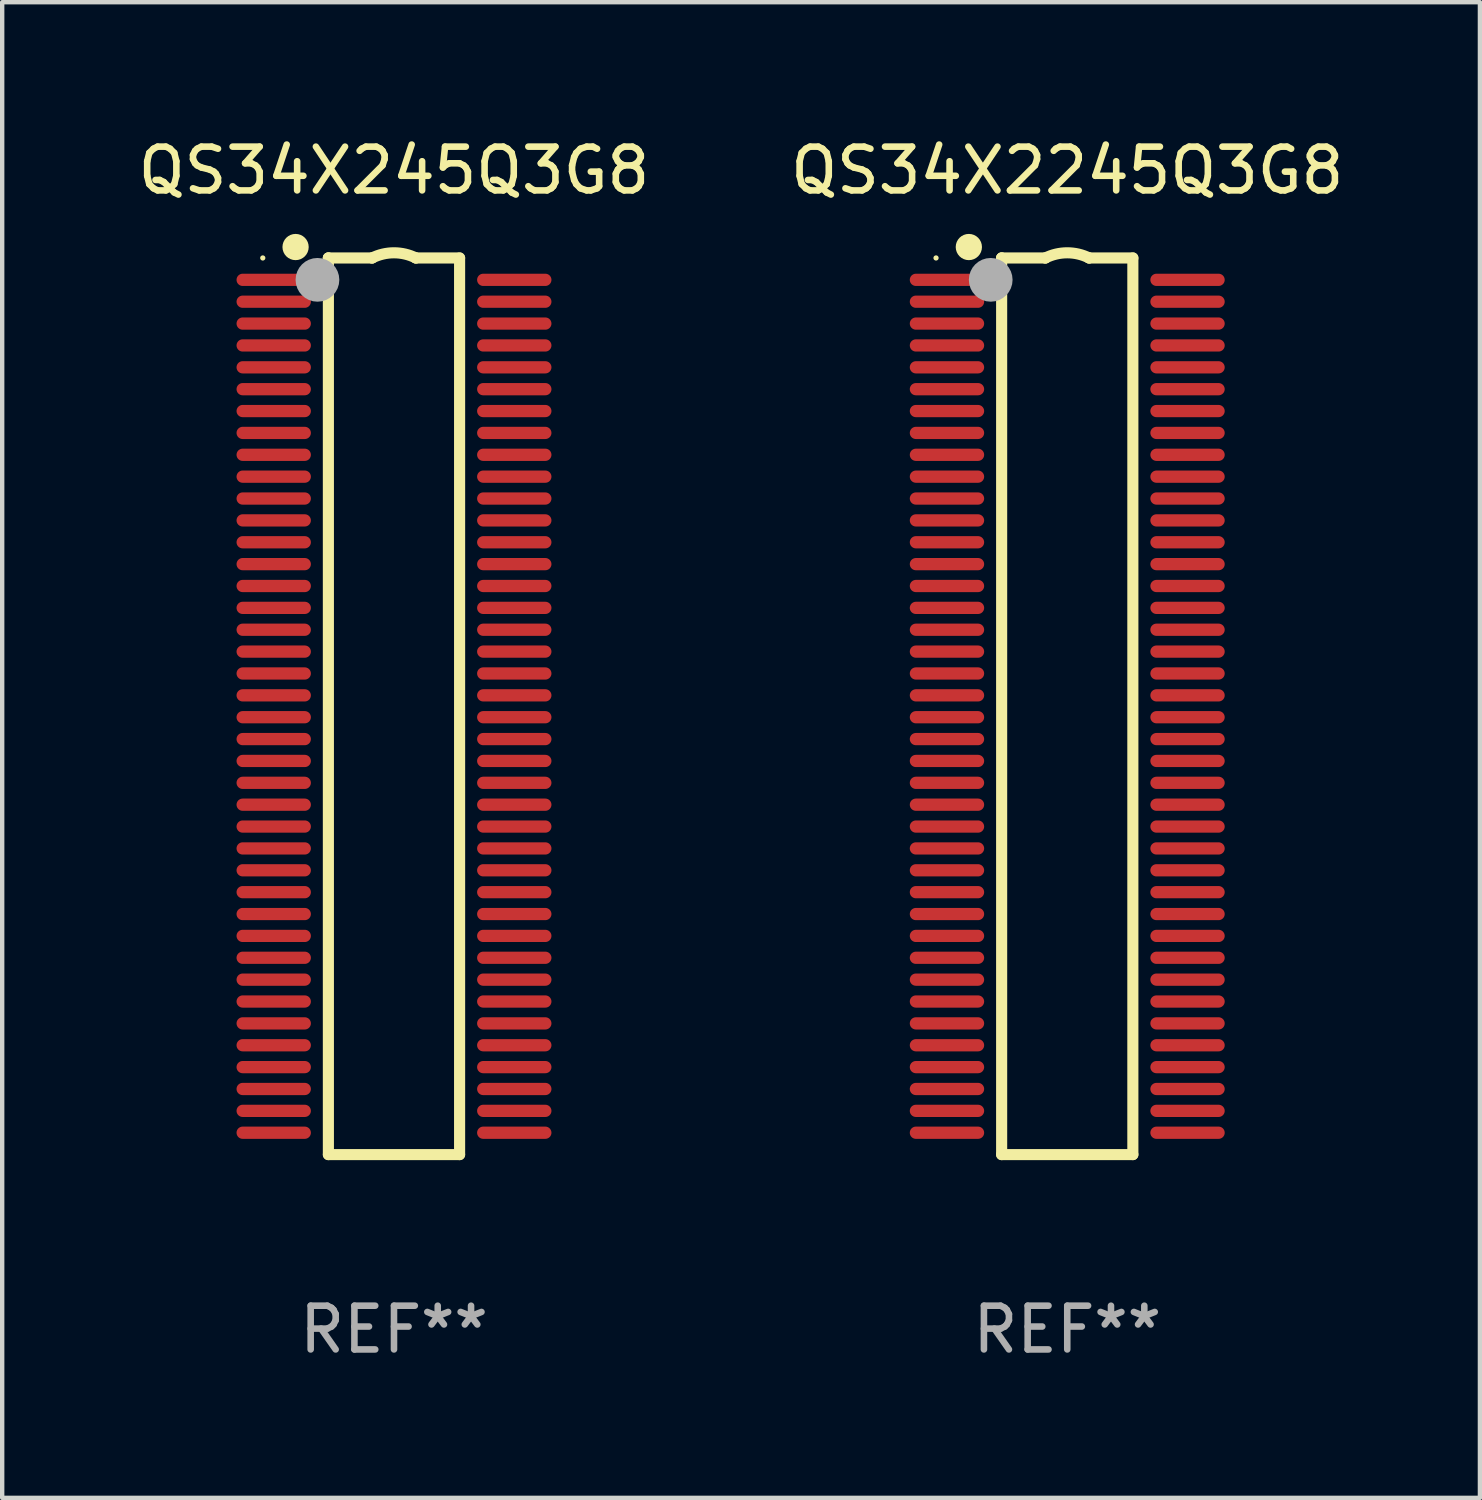
<source format=kicad_pcb>
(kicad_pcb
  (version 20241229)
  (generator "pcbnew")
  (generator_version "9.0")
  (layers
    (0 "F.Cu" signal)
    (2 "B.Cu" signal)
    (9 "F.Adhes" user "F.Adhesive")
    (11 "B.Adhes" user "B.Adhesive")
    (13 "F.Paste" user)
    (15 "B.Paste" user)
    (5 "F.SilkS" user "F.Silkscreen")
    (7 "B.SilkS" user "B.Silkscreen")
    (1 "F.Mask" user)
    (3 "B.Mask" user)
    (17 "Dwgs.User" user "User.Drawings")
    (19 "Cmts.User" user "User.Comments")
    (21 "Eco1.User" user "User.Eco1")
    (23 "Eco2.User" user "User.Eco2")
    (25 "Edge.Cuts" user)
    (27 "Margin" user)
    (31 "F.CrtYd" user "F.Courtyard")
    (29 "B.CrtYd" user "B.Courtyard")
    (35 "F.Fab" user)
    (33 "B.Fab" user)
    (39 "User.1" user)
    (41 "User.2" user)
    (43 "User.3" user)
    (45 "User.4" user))
  (footprint "QS34X245Q3G8"
    (layer "F.Cu")
    (at 5.958 13.098)
    (property "Reference" "QS34X245Q3G8" (at 0 -12.25 0) (layer "F.SilkS") (effects (font (size 1 1) (thickness 0.15))))
    (attr through_hole)
    (fp_line (start -1.5 -10.25) (end -1.5 -10.25) (stroke (width 0.254) (type solid)) (layer "F.SilkS"))
    (fp_line (start -1.5 -10.25) (end -0.5 -10.25) (stroke (width 0.254) (type solid)) (layer "F.SilkS"))
    (fp_line (start -1.5 10.25) (end -1.5 -10.25) (stroke (width 0.254) (type solid)) (layer "F.SilkS"))
    (fp_line (start -0.5 -10.25) (end -0.5 -10.25) (stroke (width 0.254) (type solid)) (layer "F.SilkS"))
    (fp_line (start 0.5 -10.25) (end 0.5 -10.25) (stroke (width 0.254) (type solid)) (layer "F.SilkS"))
    (fp_line (start 0.5 -10.25) (end 1.5 -10.25) (stroke (width 0.254) (type solid)) (layer "F.SilkS"))
    (fp_line (start 1.5 -10.25) (end 1.5 10.25) (stroke (width 0.254) (type solid)) (layer "F.SilkS"))
    (fp_line (start 1.5 10.25) (end -1.5 10.25) (stroke (width 0.254) (type solid)) (layer "F.SilkS"))
    (fp_arc (start -0.500381 -10.249962) (mid 0 -10.368126) (end 0.500381 -10.249962) (stroke (width 0.254001) (type solid)) (layer "F.SilkS"))
    (fp_circle (center -3 -10.25) (end -2.97 -10.25) (stroke (width 0.06) (type solid)) (fill no) (layer "F.SilkS"))
    (fp_circle (center -2.25 -10.5) (end -2.1 -10.5) (stroke (width 0.3) (type solid)) (fill no) (layer "F.SilkS"))
    (fp_circle (center -1.75 -9.75) (end -1.5 -9.75) (stroke (width 0.5) (type solid)) (fill no) (layer "F.Fab"))
    (fp_text user "REF**" (at 0 14.25 0) (layer "F.Fab") (effects (font (size 1 1) (thickness 0.15))))
    (pad "1" smd oval (at -2.75 -9.75 180) (size 1.7 0.28) (layers "F.Cu" "F.Mask" "F.Paste"))
    (pad "2" smd oval (at -2.75 -9.25 180) (size 1.7 0.28) (layers "F.Cu" "F.Mask" "F.Paste"))
    (pad "3" smd oval (at -2.75 -8.75 180) (size 1.7 0.28) (layers "F.Cu" "F.Mask" "F.Paste"))
    (pad "4" smd oval (at -2.75 -8.25 180) (size 1.7 0.28) (layers "F.Cu" "F.Mask" "F.Paste"))
    (pad "5" smd oval (at -2.75 -7.75 180) (size 1.7 0.28) (layers "F.Cu" "F.Mask" "F.Paste"))
    (pad "6" smd oval (at -2.75 -7.25 180) (size 1.7 0.28) (layers "F.Cu" "F.Mask" "F.Paste"))
    (pad "7" smd oval (at -2.75 -6.75 180) (size 1.7 0.28) (layers "F.Cu" "F.Mask" "F.Paste"))
    (pad "8" smd oval (at -2.75 -6.25 180) (size 1.7 0.28) (layers "F.Cu" "F.Mask" "F.Paste"))
    (pad "9" smd oval (at -2.75 -5.75 180) (size 1.7 0.28) (layers "F.Cu" "F.Mask" "F.Paste"))
    (pad "10" smd oval (at -2.75 -5.25 180) (size 1.7 0.28) (layers "F.Cu" "F.Mask" "F.Paste"))
    (pad "11" smd oval (at -2.75 -4.75 180) (size 1.7 0.28) (layers "F.Cu" "F.Mask" "F.Paste"))
    (pad "12" smd oval (at -2.75 -4.25 180) (size 1.7 0.28) (layers "F.Cu" "F.Mask" "F.Paste"))
    (pad "13" smd oval (at -2.75 -3.75 180) (size 1.7 0.28) (layers "F.Cu" "F.Mask" "F.Paste"))
    (pad "14" smd oval (at -2.75 -3.25 180) (size 1.7 0.28) (layers "F.Cu" "F.Mask" "F.Paste"))
    (pad "15" smd oval (at -2.75 -2.75 180) (size 1.7 0.28) (layers "F.Cu" "F.Mask" "F.Paste"))
    (pad "16" smd oval (at -2.75 -2.25 180) (size 1.7 0.28) (layers "F.Cu" "F.Mask" "F.Paste"))
    (pad "17" smd oval (at -2.75 -1.75 180) (size 1.7 0.28) (layers "F.Cu" "F.Mask" "F.Paste"))
    (pad "18" smd oval (at -2.75 -1.25 180) (size 1.7 0.28) (layers "F.Cu" "F.Mask" "F.Paste"))
    (pad "19" smd oval (at -2.75 -0.75 180) (size 1.7 0.28) (layers "F.Cu" "F.Mask" "F.Paste"))
    (pad "20" smd oval (at -2.75 -0.25 180) (size 1.7 0.28) (layers "F.Cu" "F.Mask" "F.Paste"))
    (pad "21" smd oval (at -2.75 0.25) (size 1.7 0.28) (layers "F.Cu" "F.Mask" "F.Paste"))
    (pad "22" smd oval (at -2.75 0.75) (size 1.7 0.28) (layers "F.Cu" "F.Mask" "F.Paste"))
    (pad "23" smd oval (at -2.75 1.25) (size 1.7 0.28) (layers "F.Cu" "F.Mask" "F.Paste"))
    (pad "24" smd oval (at -2.75 1.75) (size 1.7 0.28) (layers "F.Cu" "F.Mask" "F.Paste"))
    (pad "25" smd oval (at -2.75 2.25) (size 1.7 0.28) (layers "F.Cu" "F.Mask" "F.Paste"))
    (pad "26" smd oval (at -2.75 2.75) (size 1.7 0.28) (layers "F.Cu" "F.Mask" "F.Paste"))
    (pad "27" smd oval (at -2.75 3.25) (size 1.7 0.28) (layers "F.Cu" "F.Mask" "F.Paste"))
    (pad "28" smd oval (at -2.75 3.75) (size 1.7 0.28) (layers "F.Cu" "F.Mask" "F.Paste"))
    (pad "29" smd oval (at -2.75 4.25) (size 1.7 0.28) (layers "F.Cu" "F.Mask" "F.Paste"))
    (pad "30" smd oval (at -2.75 4.75) (size 1.7 0.28) (layers "F.Cu" "F.Mask" "F.Paste"))
    (pad "31" smd oval (at -2.75 5.25) (size 1.7 0.28) (layers "F.Cu" "F.Mask" "F.Paste"))
    (pad "32" smd oval (at -2.75 5.75) (size 1.7 0.28) (layers "F.Cu" "F.Mask" "F.Paste"))
    (pad "33" smd oval (at -2.75 6.25) (size 1.7 0.28) (layers "F.Cu" "F.Mask" "F.Paste"))
    (pad "34" smd oval (at -2.75 6.75) (size 1.7 0.28) (layers "F.Cu" "F.Mask" "F.Paste"))
    (pad "35" smd oval (at -2.75 7.25) (size 1.7 0.28) (layers "F.Cu" "F.Mask" "F.Paste"))
    (pad "36" smd oval (at -2.75 7.75) (size 1.7 0.28) (layers "F.Cu" "F.Mask" "F.Paste"))
    (pad "37" smd oval (at -2.75 8.25) (size 1.7 0.28) (layers "F.Cu" "F.Mask" "F.Paste"))
    (pad "38" smd oval (at -2.75 8.75) (size 1.7 0.28) (layers "F.Cu" "F.Mask" "F.Paste"))
    (pad "39" smd oval (at -2.75 9.25) (size 1.7 0.28) (layers "F.Cu" "F.Mask" "F.Paste"))
    (pad "40" smd oval (at -2.75 9.75) (size 1.7 0.28) (layers "F.Cu" "F.Mask" "F.Paste"))
    (pad "41" smd oval (at 2.75 9.75) (size 1.7 0.28) (layers "F.Cu" "F.Mask" "F.Paste"))
    (pad "42" smd oval (at 2.75 9.25) (size 1.7 0.28) (layers "F.Cu" "F.Mask" "F.Paste"))
    (pad "43" smd oval (at 2.75 8.75) (size 1.7 0.28) (layers "F.Cu" "F.Mask" "F.Paste"))
    (pad "44" smd oval (at 2.75 8.25) (size 1.7 0.28) (layers "F.Cu" "F.Mask" "F.Paste"))
    (pad "45" smd oval (at 2.75 7.75) (size 1.7 0.28) (layers "F.Cu" "F.Mask" "F.Paste"))
    (pad "46" smd oval (at 2.75 7.25) (size 1.7 0.28) (layers "F.Cu" "F.Mask" "F.Paste"))
    (pad "47" smd oval (at 2.75 6.75) (size 1.7 0.28) (layers "F.Cu" "F.Mask" "F.Paste"))
    (pad "48" smd oval (at 2.75 6.25) (size 1.7 0.28) (layers "F.Cu" "F.Mask" "F.Paste"))
    (pad "49" smd oval (at 2.75 5.75) (size 1.7 0.28) (layers "F.Cu" "F.Mask" "F.Paste"))
    (pad "50" smd oval (at 2.75 5.25) (size 1.7 0.28) (layers "F.Cu" "F.Mask" "F.Paste"))
    (pad "51" smd oval (at 2.75 4.75) (size 1.7 0.28) (layers "F.Cu" "F.Mask" "F.Paste"))
    (pad "52" smd oval (at 2.75 4.25) (size 1.7 0.28) (layers "F.Cu" "F.Mask" "F.Paste"))
    (pad "53" smd oval (at 2.75 3.75) (size 1.7 0.28) (layers "F.Cu" "F.Mask" "F.Paste"))
    (pad "54" smd oval (at 2.75 3.25) (size 1.7 0.28) (layers "F.Cu" "F.Mask" "F.Paste"))
    (pad "55" smd oval (at 2.75 2.75) (size 1.7 0.28) (layers "F.Cu" "F.Mask" "F.Paste"))
    (pad "56" smd oval (at 2.75 2.25) (size 1.7 0.28) (layers "F.Cu" "F.Mask" "F.Paste"))
    (pad "57" smd oval (at 2.75 1.75) (size 1.7 0.28) (layers "F.Cu" "F.Mask" "F.Paste"))
    (pad "58" smd oval (at 2.75 1.25) (size 1.7 0.28) (layers "F.Cu" "F.Mask" "F.Paste"))
    (pad "59" smd oval (at 2.75 0.75) (size 1.7 0.28) (layers "F.Cu" "F.Mask" "F.Paste"))
    (pad "60" smd oval (at 2.75 0.25) (size 1.7 0.28) (layers "F.Cu" "F.Mask" "F.Paste"))
    (pad "61" smd oval (at 2.75 -0.25) (size 1.7 0.28) (layers "F.Cu" "F.Mask" "F.Paste"))
    (pad "62" smd oval (at 2.75 -0.75) (size 1.7 0.28) (layers "F.Cu" "F.Mask" "F.Paste"))
    (pad "63" smd oval (at 2.75 -1.25) (size 1.7 0.28) (layers "F.Cu" "F.Mask" "F.Paste"))
    (pad "64" smd oval (at 2.75 -1.75) (size 1.7 0.28) (layers "F.Cu" "F.Mask" "F.Paste"))
    (pad "65" smd oval (at 2.75 -2.25) (size 1.7 0.28) (layers "F.Cu" "F.Mask" "F.Paste"))
    (pad "66" smd oval (at 2.75 -2.75) (size 1.7 0.28) (layers "F.Cu" "F.Mask" "F.Paste"))
    (pad "67" smd oval (at 2.75 -3.25) (size 1.7 0.28) (layers "F.Cu" "F.Mask" "F.Paste"))
    (pad "68" smd oval (at 2.75 -3.75) (size 1.7 0.28) (layers "F.Cu" "F.Mask" "F.Paste"))
    (pad "69" smd oval (at 2.75 -4.25) (size 1.7 0.28) (layers "F.Cu" "F.Mask" "F.Paste"))
    (pad "70" smd oval (at 2.75 -4.75) (size 1.7 0.28) (layers "F.Cu" "F.Mask" "F.Paste"))
    (pad "71" smd oval (at 2.75 -5.25) (size 1.7 0.28) (layers "F.Cu" "F.Mask" "F.Paste"))
    (pad "72" smd oval (at 2.75 -5.75) (size 1.7 0.28) (layers "F.Cu" "F.Mask" "F.Paste"))
    (pad "73" smd oval (at 2.75 -6.25) (size 1.7 0.28) (layers "F.Cu" "F.Mask" "F.Paste"))
    (pad "74" smd oval (at 2.75 -6.75) (size 1.7 0.28) (layers "F.Cu" "F.Mask" "F.Paste"))
    (pad "75" smd oval (at 2.75 -7.25) (size 1.7 0.28) (layers "F.Cu" "F.Mask" "F.Paste"))
    (pad "76" smd oval (at 2.75 -7.75) (size 1.7 0.28) (layers "F.Cu" "F.Mask" "F.Paste"))
    (pad "77" smd oval (at 2.75 -8.25) (size 1.7 0.28) (layers "F.Cu" "F.Mask" "F.Paste"))
    (pad "78" smd oval (at 2.75 -8.75) (size 1.7 0.28) (layers "F.Cu" "F.Mask" "F.Paste"))
    (pad "79" smd oval (at 2.75 -9.25) (size 1.7 0.28) (layers "F.Cu" "F.Mask" "F.Paste"))
    (pad "80" smd oval (at 2.75 -9.75) (size 1.7 0.28) (layers "F.Cu" "F.Mask" "F.Paste")))
  (footprint "QS34X2245Q3G8"
    (layer "F.Cu")
    (at 21.351 13.098)
    (property "Reference" "QS34X2245Q3G8" (at 0 -12.25 0) (layer "F.SilkS") (effects (font (size 1 1) (thickness 0.15))))
    (attr through_hole)
    (fp_line (start -1.5 -10.25) (end -1.5 -10.25) (stroke (width 0.254) (type solid)) (layer "F.SilkS"))
    (fp_line (start -1.5 -10.25) (end -0.5 -10.25) (stroke (width 0.254) (type solid)) (layer "F.SilkS"))
    (fp_line (start -1.5 10.25) (end -1.5 -10.25) (stroke (width 0.254) (type solid)) (layer "F.SilkS"))
    (fp_line (start -0.5 -10.25) (end -0.5 -10.25) (stroke (width 0.254) (type solid)) (layer "F.SilkS"))
    (fp_line (start 0.5 -10.25) (end 0.5 -10.25) (stroke (width 0.254) (type solid)) (layer "F.SilkS"))
    (fp_line (start 0.5 -10.25) (end 1.5 -10.25) (stroke (width 0.254) (type solid)) (layer "F.SilkS"))
    (fp_line (start 1.5 -10.25) (end 1.5 10.25) (stroke (width 0.254) (type solid)) (layer "F.SilkS"))
    (fp_line (start 1.5 10.25) (end -1.5 10.25) (stroke (width 0.254) (type solid)) (layer "F.SilkS"))
    (fp_arc (start -0.500381 -10.249962) (mid 0 -10.368126) (end 0.500381 -10.249962) (stroke (width 0.254001) (type solid)) (layer "F.SilkS"))
    (fp_circle (center -3 -10.25) (end -2.97 -10.25) (stroke (width 0.06) (type solid)) (fill no) (layer "F.SilkS"))
    (fp_circle (center -2.25 -10.5) (end -2.1 -10.5) (stroke (width 0.3) (type solid)) (fill no) (layer "F.SilkS"))
    (fp_circle (center -1.75 -9.75) (end -1.5 -9.75) (stroke (width 0.5) (type solid)) (fill no) (layer "F.Fab"))
    (fp_text user "REF**" (at 0 14.25 0) (layer "F.Fab") (effects (font (size 1 1) (thickness 0.15))))
    (pad "1" smd oval (at -2.75 -9.75 180) (size 1.7 0.28) (layers "F.Cu" "F.Mask" "F.Paste"))
    (pad "2" smd oval (at -2.75 -9.25 180) (size 1.7 0.28) (layers "F.Cu" "F.Mask" "F.Paste"))
    (pad "3" smd oval (at -2.75 -8.75 180) (size 1.7 0.28) (layers "F.Cu" "F.Mask" "F.Paste"))
    (pad "4" smd oval (at -2.75 -8.25 180) (size 1.7 0.28) (layers "F.Cu" "F.Mask" "F.Paste"))
    (pad "5" smd oval (at -2.75 -7.75 180) (size 1.7 0.28) (layers "F.Cu" "F.Mask" "F.Paste"))
    (pad "6" smd oval (at -2.75 -7.25 180) (size 1.7 0.28) (layers "F.Cu" "F.Mask" "F.Paste"))
    (pad "7" smd oval (at -2.75 -6.75 180) (size 1.7 0.28) (layers "F.Cu" "F.Mask" "F.Paste"))
    (pad "8" smd oval (at -2.75 -6.25 180) (size 1.7 0.28) (layers "F.Cu" "F.Mask" "F.Paste"))
    (pad "9" smd oval (at -2.75 -5.75 180) (size 1.7 0.28) (layers "F.Cu" "F.Mask" "F.Paste"))
    (pad "10" smd oval (at -2.75 -5.25 180) (size 1.7 0.28) (layers "F.Cu" "F.Mask" "F.Paste"))
    (pad "11" smd oval (at -2.75 -4.75 180) (size 1.7 0.28) (layers "F.Cu" "F.Mask" "F.Paste"))
    (pad "12" smd oval (at -2.75 -4.25 180) (size 1.7 0.28) (layers "F.Cu" "F.Mask" "F.Paste"))
    (pad "13" smd oval (at -2.75 -3.75 180) (size 1.7 0.28) (layers "F.Cu" "F.Mask" "F.Paste"))
    (pad "14" smd oval (at -2.75 -3.25 180) (size 1.7 0.28) (layers "F.Cu" "F.Mask" "F.Paste"))
    (pad "15" smd oval (at -2.75 -2.75 180) (size 1.7 0.28) (layers "F.Cu" "F.Mask" "F.Paste"))
    (pad "16" smd oval (at -2.75 -2.25 180) (size 1.7 0.28) (layers "F.Cu" "F.Mask" "F.Paste"))
    (pad "17" smd oval (at -2.75 -1.75 180) (size 1.7 0.28) (layers "F.Cu" "F.Mask" "F.Paste"))
    (pad "18" smd oval (at -2.75 -1.25 180) (size 1.7 0.28) (layers "F.Cu" "F.Mask" "F.Paste"))
    (pad "19" smd oval (at -2.75 -0.75 180) (size 1.7 0.28) (layers "F.Cu" "F.Mask" "F.Paste"))
    (pad "20" smd oval (at -2.75 -0.25 180) (size 1.7 0.28) (layers "F.Cu" "F.Mask" "F.Paste"))
    (pad "21" smd oval (at -2.75 0.25) (size 1.7 0.28) (layers "F.Cu" "F.Mask" "F.Paste"))
    (pad "22" smd oval (at -2.75 0.75) (size 1.7 0.28) (layers "F.Cu" "F.Mask" "F.Paste"))
    (pad "23" smd oval (at -2.75 1.25) (size 1.7 0.28) (layers "F.Cu" "F.Mask" "F.Paste"))
    (pad "24" smd oval (at -2.75 1.75) (size 1.7 0.28) (layers "F.Cu" "F.Mask" "F.Paste"))
    (pad "25" smd oval (at -2.75 2.25) (size 1.7 0.28) (layers "F.Cu" "F.Mask" "F.Paste"))
    (pad "26" smd oval (at -2.75 2.75) (size 1.7 0.28) (layers "F.Cu" "F.Mask" "F.Paste"))
    (pad "27" smd oval (at -2.75 3.25) (size 1.7 0.28) (layers "F.Cu" "F.Mask" "F.Paste"))
    (pad "28" smd oval (at -2.75 3.75) (size 1.7 0.28) (layers "F.Cu" "F.Mask" "F.Paste"))
    (pad "29" smd oval (at -2.75 4.25) (size 1.7 0.28) (layers "F.Cu" "F.Mask" "F.Paste"))
    (pad "30" smd oval (at -2.75 4.75) (size 1.7 0.28) (layers "F.Cu" "F.Mask" "F.Paste"))
    (pad "31" smd oval (at -2.75 5.25) (size 1.7 0.28) (layers "F.Cu" "F.Mask" "F.Paste"))
    (pad "32" smd oval (at -2.75 5.75) (size 1.7 0.28) (layers "F.Cu" "F.Mask" "F.Paste"))
    (pad "33" smd oval (at -2.75 6.25) (size 1.7 0.28) (layers "F.Cu" "F.Mask" "F.Paste"))
    (pad "34" smd oval (at -2.75 6.75) (size 1.7 0.28) (layers "F.Cu" "F.Mask" "F.Paste"))
    (pad "35" smd oval (at -2.75 7.25) (size 1.7 0.28) (layers "F.Cu" "F.Mask" "F.Paste"))
    (pad "36" smd oval (at -2.75 7.75) (size 1.7 0.28) (layers "F.Cu" "F.Mask" "F.Paste"))
    (pad "37" smd oval (at -2.75 8.25) (size 1.7 0.28) (layers "F.Cu" "F.Mask" "F.Paste"))
    (pad "38" smd oval (at -2.75 8.75) (size 1.7 0.28) (layers "F.Cu" "F.Mask" "F.Paste"))
    (pad "39" smd oval (at -2.75 9.25) (size 1.7 0.28) (layers "F.Cu" "F.Mask" "F.Paste"))
    (pad "40" smd oval (at -2.75 9.75) (size 1.7 0.28) (layers "F.Cu" "F.Mask" "F.Paste"))
    (pad "41" smd oval (at 2.75 9.75) (size 1.7 0.28) (layers "F.Cu" "F.Mask" "F.Paste"))
    (pad "42" smd oval (at 2.75 9.25) (size 1.7 0.28) (layers "F.Cu" "F.Mask" "F.Paste"))
    (pad "43" smd oval (at 2.75 8.75) (size 1.7 0.28) (layers "F.Cu" "F.Mask" "F.Paste"))
    (pad "44" smd oval (at 2.75 8.25) (size 1.7 0.28) (layers "F.Cu" "F.Mask" "F.Paste"))
    (pad "45" smd oval (at 2.75 7.75) (size 1.7 0.28) (layers "F.Cu" "F.Mask" "F.Paste"))
    (pad "46" smd oval (at 2.75 7.25) (size 1.7 0.28) (layers "F.Cu" "F.Mask" "F.Paste"))
    (pad "47" smd oval (at 2.75 6.75) (size 1.7 0.28) (layers "F.Cu" "F.Mask" "F.Paste"))
    (pad "48" smd oval (at 2.75 6.25) (size 1.7 0.28) (layers "F.Cu" "F.Mask" "F.Paste"))
    (pad "49" smd oval (at 2.75 5.75) (size 1.7 0.28) (layers "F.Cu" "F.Mask" "F.Paste"))
    (pad "50" smd oval (at 2.75 5.25) (size 1.7 0.28) (layers "F.Cu" "F.Mask" "F.Paste"))
    (pad "51" smd oval (at 2.75 4.75) (size 1.7 0.28) (layers "F.Cu" "F.Mask" "F.Paste"))
    (pad "52" smd oval (at 2.75 4.25) (size 1.7 0.28) (layers "F.Cu" "F.Mask" "F.Paste"))
    (pad "53" smd oval (at 2.75 3.75) (size 1.7 0.28) (layers "F.Cu" "F.Mask" "F.Paste"))
    (pad "54" smd oval (at 2.75 3.25) (size 1.7 0.28) (layers "F.Cu" "F.Mask" "F.Paste"))
    (pad "55" smd oval (at 2.75 2.75) (size 1.7 0.28) (layers "F.Cu" "F.Mask" "F.Paste"))
    (pad "56" smd oval (at 2.75 2.25) (size 1.7 0.28) (layers "F.Cu" "F.Mask" "F.Paste"))
    (pad "57" smd oval (at 2.75 1.75) (size 1.7 0.28) (layers "F.Cu" "F.Mask" "F.Paste"))
    (pad "58" smd oval (at 2.75 1.25) (size 1.7 0.28) (layers "F.Cu" "F.Mask" "F.Paste"))
    (pad "59" smd oval (at 2.75 0.75) (size 1.7 0.28) (layers "F.Cu" "F.Mask" "F.Paste"))
    (pad "60" smd oval (at 2.75 0.25) (size 1.7 0.28) (layers "F.Cu" "F.Mask" "F.Paste"))
    (pad "61" smd oval (at 2.75 -0.25) (size 1.7 0.28) (layers "F.Cu" "F.Mask" "F.Paste"))
    (pad "62" smd oval (at 2.75 -0.75) (size 1.7 0.28) (layers "F.Cu" "F.Mask" "F.Paste"))
    (pad "63" smd oval (at 2.75 -1.25) (size 1.7 0.28) (layers "F.Cu" "F.Mask" "F.Paste"))
    (pad "64" smd oval (at 2.75 -1.75) (size 1.7 0.28) (layers "F.Cu" "F.Mask" "F.Paste"))
    (pad "65" smd oval (at 2.75 -2.25) (size 1.7 0.28) (layers "F.Cu" "F.Mask" "F.Paste"))
    (pad "66" smd oval (at 2.75 -2.75) (size 1.7 0.28) (layers "F.Cu" "F.Mask" "F.Paste"))
    (pad "67" smd oval (at 2.75 -3.25) (size 1.7 0.28) (layers "F.Cu" "F.Mask" "F.Paste"))
    (pad "68" smd oval (at 2.75 -3.75) (size 1.7 0.28) (layers "F.Cu" "F.Mask" "F.Paste"))
    (pad "69" smd oval (at 2.75 -4.25) (size 1.7 0.28) (layers "F.Cu" "F.Mask" "F.Paste"))
    (pad "70" smd oval (at 2.75 -4.75) (size 1.7 0.28) (layers "F.Cu" "F.Mask" "F.Paste"))
    (pad "71" smd oval (at 2.75 -5.25) (size 1.7 0.28) (layers "F.Cu" "F.Mask" "F.Paste"))
    (pad "72" smd oval (at 2.75 -5.75) (size 1.7 0.28) (layers "F.Cu" "F.Mask" "F.Paste"))
    (pad "73" smd oval (at 2.75 -6.25) (size 1.7 0.28) (layers "F.Cu" "F.Mask" "F.Paste"))
    (pad "74" smd oval (at 2.75 -6.75) (size 1.7 0.28) (layers "F.Cu" "F.Mask" "F.Paste"))
    (pad "75" smd oval (at 2.75 -7.25) (size 1.7 0.28) (layers "F.Cu" "F.Mask" "F.Paste"))
    (pad "76" smd oval (at 2.75 -7.75) (size 1.7 0.28) (layers "F.Cu" "F.Mask" "F.Paste"))
    (pad "77" smd oval (at 2.75 -8.25) (size 1.7 0.28) (layers "F.Cu" "F.Mask" "F.Paste"))
    (pad "78" smd oval (at 2.75 -8.75) (size 1.7 0.28) (layers "F.Cu" "F.Mask" "F.Paste"))
    (pad "79" smd oval (at 2.75 -9.25) (size 1.7 0.28) (layers "F.Cu" "F.Mask" "F.Paste"))
    (pad "80" smd oval (at 2.75 -9.75) (size 1.7 0.28) (layers "F.Cu" "F.Mask" "F.Paste")))
  (gr_rect
    (start -3 -3)
    (end 30.786 31.196)
    (stroke (width 0.1) (type default))
    (fill no)
    (layer "Edge.Cuts")))
</source>
